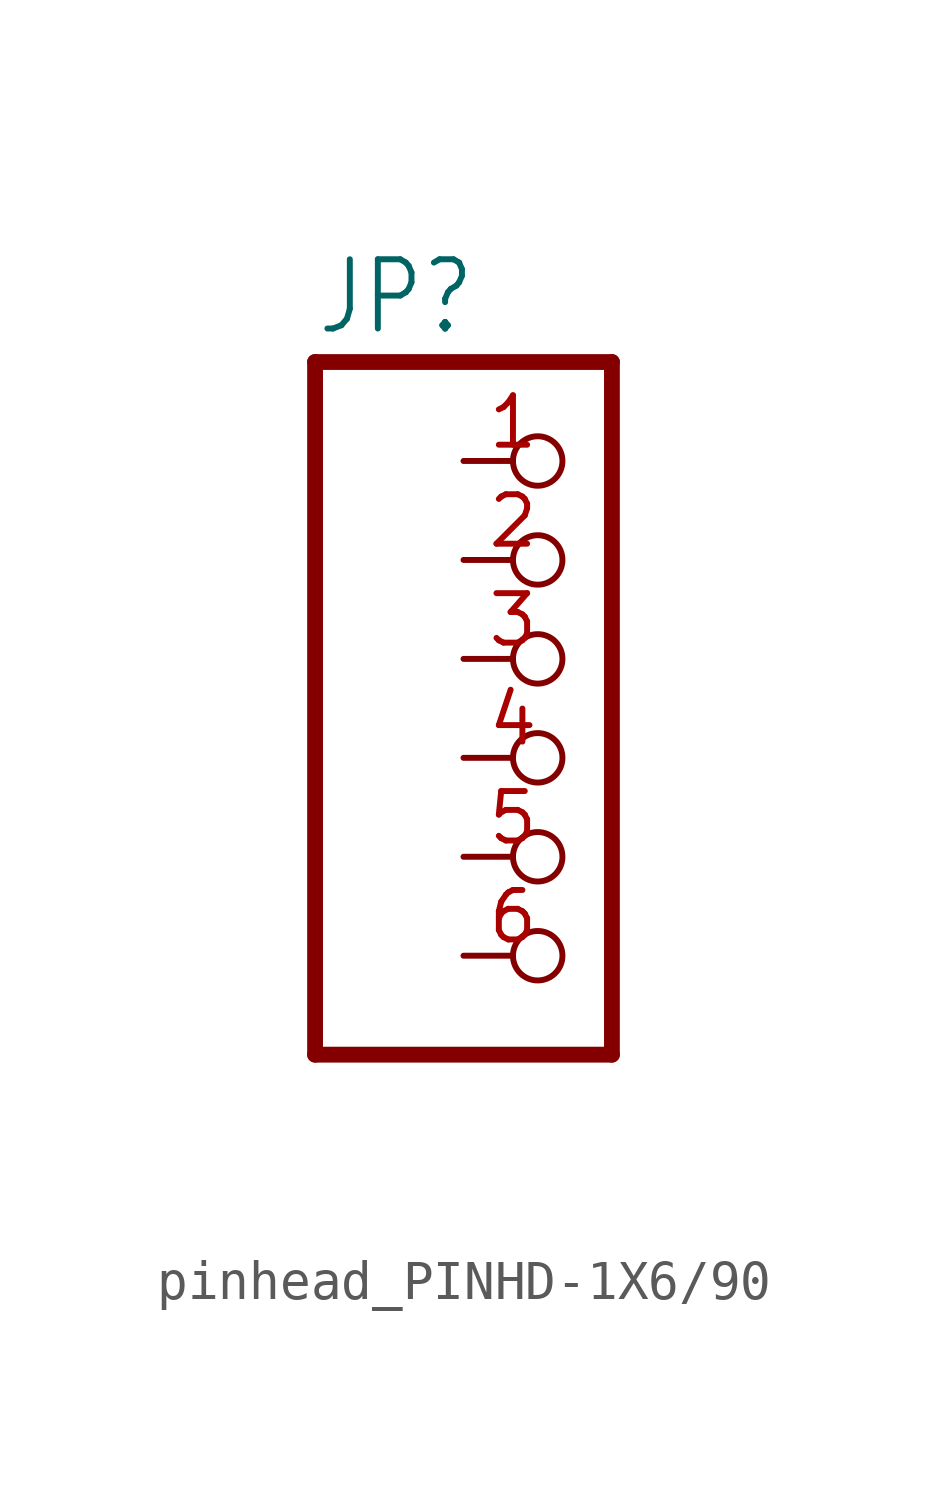
<source format=kicad_sym>
(kicad_symbol_lib
  (version 20231120)
  (generator "kicad_symbol_editor")
  (generator_version "8.0")
  (symbol "pinhead_PINHD-1X6/90"
    (property "Reference" "JP"
      (at -6.35 10.795 0)
      (effects (font (size 1.778 1.511)) (justify left bottom)))
    (property "Value" ""
      (at -6.35 -10.16 0)
      (effects (font (size 1.778 1.511)) (justify left bottom)))
    (property "ki_locked" ""
      (at 0 0 0)
      (effects (font (size 1.27 1.27))))
    (symbol "pinhead_PINHD-1X6/90_1_0"
      (polyline (pts (xy -6.35 -7.62) (xy 1.27 -7.62)) (stroke (width 0.406) (type solid)) (fill (type none)))
      (polyline (pts (xy -6.35 10.16) (xy -6.35 -7.62)) (stroke (width 0.406) (type solid)) (fill (type none)))
      (polyline (pts (xy 1.27 -7.62) (xy 1.27 10.16)) (stroke (width 0.406) (type solid)) (fill (type none)))
      (polyline (pts (xy 1.27 10.16) (xy -6.35 10.16)) (stroke (width 0.406) (type solid)) (fill (type none)))
      (pin passive inverted (at -2.54 7.62 0) (length 2.54) (name "1" (effects (font (size 0 0)))) (number "1" (effects (font (size 1.27 1.27)))))
      (pin passive inverted (at -2.54 5.08 0) (length 2.54) (name "2" (effects (font (size 0 0)))) (number "2" (effects (font (size 1.27 1.27)))))
      (pin passive inverted (at -2.54 2.54 0) (length 2.54) (name "3" (effects (font (size 0 0)))) (number "3" (effects (font (size 1.27 1.27)))))
      (pin passive inverted (at -2.54 0 0) (length 2.54) (name "4" (effects (font (size 0 0)))) (number "4" (effects (font (size 1.27 1.27)))))
      (pin passive inverted (at -2.54 -2.54 0) (length 2.54) (name "5" (effects (font (size 0 0)))) (number "5" (effects (font (size 1.27 1.27)))))
      (pin passive inverted (at -2.54 -5.08 0) (length 2.54) (name "6" (effects (font (size 0 0)))) (number "6" (effects (font (size 1.27 1.27))))))))
</source>
